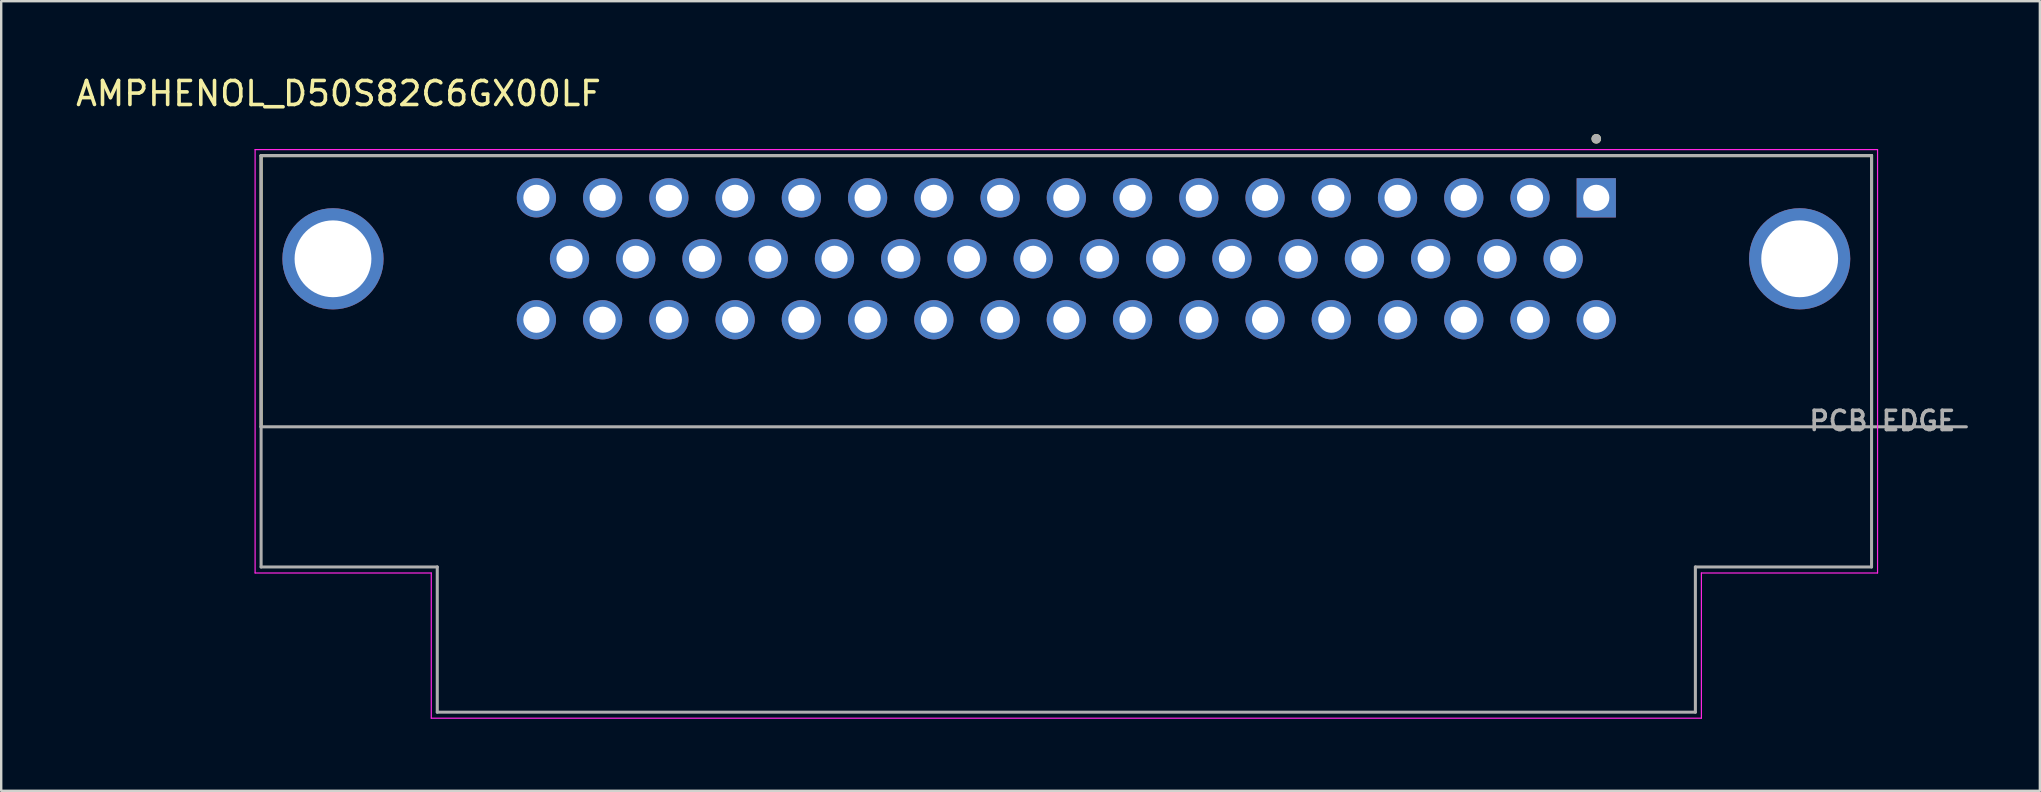
<source format=kicad_pcb>
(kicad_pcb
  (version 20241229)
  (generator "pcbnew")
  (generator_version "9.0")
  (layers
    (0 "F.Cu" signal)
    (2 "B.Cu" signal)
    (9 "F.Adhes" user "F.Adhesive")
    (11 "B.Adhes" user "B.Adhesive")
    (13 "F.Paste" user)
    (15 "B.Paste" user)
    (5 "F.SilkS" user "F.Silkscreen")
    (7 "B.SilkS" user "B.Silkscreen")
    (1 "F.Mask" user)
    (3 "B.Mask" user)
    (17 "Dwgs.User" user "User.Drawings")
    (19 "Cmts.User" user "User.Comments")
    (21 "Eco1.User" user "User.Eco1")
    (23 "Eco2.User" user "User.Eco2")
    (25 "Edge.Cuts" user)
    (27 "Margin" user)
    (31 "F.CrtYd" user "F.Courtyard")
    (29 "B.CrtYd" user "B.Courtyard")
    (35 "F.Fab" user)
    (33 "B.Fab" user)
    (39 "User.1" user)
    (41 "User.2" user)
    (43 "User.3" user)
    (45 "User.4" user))
  (footprint "AMPHENOL_D50S82C6GX00LF"
    (layer "F.Cu")
    (at 41.379 7.733)
    (property "Reference" "AMPHENOL_D50S82C6GX00LF" (at -30.325 -6.885 0) (layer "F.SilkS") (effects (font (size 1 1) (thickness 0.15))))
    (attr through_hole)
    (fp_line (start -33.55 -4.3) (end 33.55 -4.3) (stroke (width 0.127) (type solid)) (layer "F.SilkS"))
    (fp_line (start -33.55 7) (end -33.55 -4.3) (stroke (width 0.127) (type solid)) (layer "F.SilkS"))
    (fp_line (start 33.55 -4.3) (end 33.55 7) (stroke (width 0.127) (type solid)) (layer "F.SilkS"))
    (fp_circle (center 22.08 -5) (end 22.18 -5) (stroke (width 0.2) (type solid)) (fill no) (layer "F.SilkS"))
    (fp_line (start -33.8 -4.55) (end -33.8 13.09) (stroke (width 0.05) (type solid)) (layer "F.CrtYd"))
    (fp_line (start -33.8 13.09) (end -26.46 13.09) (stroke (width 0.05) (type solid)) (layer "F.CrtYd"))
    (fp_line (start -26.46 13.09) (end -26.46 19.14) (stroke (width 0.05) (type solid)) (layer "F.CrtYd"))
    (fp_line (start -26.46 19.14) (end 26.46 19.14) (stroke (width 0.05) (type solid)) (layer "F.CrtYd"))
    (fp_line (start 26.46 13.09) (end 33.8 13.09) (stroke (width 0.05) (type solid)) (layer "F.CrtYd"))
    (fp_line (start 26.46 19.14) (end 26.46 13.09) (stroke (width 0.05) (type solid)) (layer "F.CrtYd"))
    (fp_line (start 33.8 -4.55) (end -33.8 -4.55) (stroke (width 0.05) (type solid)) (layer "F.CrtYd"))
    (fp_line (start 33.8 13.09) (end 33.8 -4.55) (stroke (width 0.05) (type solid)) (layer "F.CrtYd"))
    (fp_line (start -33.55 -4.3) (end 33.55 -4.3) (stroke (width 0.127) (type solid)) (layer "F.Fab"))
    (fp_line (start -33.55 7) (end -33.55 -4.3) (stroke (width 0.127) (type solid)) (layer "F.Fab"))
    (fp_line (start -33.55 7) (end 37.5 7) (stroke (width 0.127) (type solid)) (layer "F.Fab"))
    (fp_line (start -33.55 12.84) (end -33.55 7) (stroke (width 0.127) (type solid)) (layer "F.Fab"))
    (fp_line (start -26.21 12.84) (end -33.55 12.84) (stroke (width 0.127) (type solid)) (layer "F.Fab"))
    (fp_line (start -26.21 18.89) (end -26.21 12.84) (stroke (width 0.127) (type solid)) (layer "F.Fab"))
    (fp_line (start 26.21 12.84) (end 26.21 18.89) (stroke (width 0.127) (type solid)) (layer "F.Fab"))
    (fp_line (start 26.21 18.89) (end -26.21 18.89) (stroke (width 0.127) (type solid)) (layer "F.Fab"))
    (fp_line (start 33.55 -4.3) (end 33.55 12.84) (stroke (width 0.127) (type solid)) (layer "F.Fab"))
    (fp_line (start 33.55 12.84) (end 26.21 12.84) (stroke (width 0.127) (type solid)) (layer "F.Fab"))
    (fp_circle (center 22.08 -5) (end 22.18 -5) (stroke (width 0.2) (type solid)) (fill no) (layer "F.Fab"))
    (fp_text user "PCB EDGE" (at 34 6.75 0) (layer "F.Fab") (effects (font (size 0.8 0.8) (thickness 0.15))))
    (pad "1" thru_hole rect (at 22.08 -2.54) (size 1.635 1.635) (drill 1.09) (layers "*.Cu" "*.Mask"))
    (pad "2" thru_hole circle (at 19.32 -2.54) (size 1.635 1.635) (drill 1.09) (layers "*.Cu" "*.Mask"))
    (pad "3" thru_hole circle (at 16.56 -2.54) (size 1.635 1.635) (drill 1.09) (layers "*.Cu" "*.Mask"))
    (pad "4" thru_hole circle (at 13.8 -2.54) (size 1.635 1.635) (drill 1.09) (layers "*.Cu" "*.Mask"))
    (pad "5" thru_hole circle (at 11.04 -2.54) (size 1.635 1.635) (drill 1.09) (layers "*.Cu" "*.Mask"))
    (pad "6" thru_hole circle (at 8.28 -2.54) (size 1.635 1.635) (drill 1.09) (layers "*.Cu" "*.Mask"))
    (pad "7" thru_hole circle (at 5.52 -2.54) (size 1.635 1.635) (drill 1.09) (layers "*.Cu" "*.Mask"))
    (pad "8" thru_hole circle (at 2.76 -2.54) (size 1.635 1.635) (drill 1.09) (layers "*.Cu" "*.Mask"))
    (pad "9" thru_hole circle (at 0 -2.54) (size 1.635 1.635) (drill 1.09) (layers "*.Cu" "*.Mask"))
    (pad "10" thru_hole circle (at -2.76 -2.54) (size 1.635 1.635) (drill 1.09) (layers "*.Cu" "*.Mask"))
    (pad "11" thru_hole circle (at -5.52 -2.54) (size 1.635 1.635) (drill 1.09) (layers "*.Cu" "*.Mask"))
    (pad "12" thru_hole circle (at -8.28 -2.54) (size 1.635 1.635) (drill 1.09) (layers "*.Cu" "*.Mask"))
    (pad "13" thru_hole circle (at -11.04 -2.54) (size 1.635 1.635) (drill 1.09) (layers "*.Cu" "*.Mask"))
    (pad "14" thru_hole circle (at -13.8 -2.54) (size 1.635 1.635) (drill 1.09) (layers "*.Cu" "*.Mask"))
    (pad "15" thru_hole circle (at -16.56 -2.54) (size 1.635 1.635) (drill 1.09) (layers "*.Cu" "*.Mask"))
    (pad "16" thru_hole circle (at -19.32 -2.54) (size 1.635 1.635) (drill 1.09) (layers "*.Cu" "*.Mask"))
    (pad "17" thru_hole circle (at -22.08 -2.54) (size 1.635 1.635) (drill 1.09) (layers "*.Cu" "*.Mask"))
    (pad "18" thru_hole circle (at 20.7 0) (size 1.635 1.635) (drill 1.09) (layers "*.Cu" "*.Mask"))
    (pad "19" thru_hole circle (at 17.94 0) (size 1.635 1.635) (drill 1.09) (layers "*.Cu" "*.Mask"))
    (pad "20" thru_hole circle (at 15.18 0) (size 1.635 1.635) (drill 1.09) (layers "*.Cu" "*.Mask"))
    (pad "21" thru_hole circle (at 12.42 0) (size 1.635 1.635) (drill 1.09) (layers "*.Cu" "*.Mask"))
    (pad "22" thru_hole circle (at 9.66 0) (size 1.635 1.635) (drill 1.09) (layers "*.Cu" "*.Mask"))
    (pad "23" thru_hole circle (at 6.9 0) (size 1.635 1.635) (drill 1.09) (layers "*.Cu" "*.Mask"))
    (pad "24" thru_hole circle (at 4.14 0) (size 1.635 1.635) (drill 1.09) (layers "*.Cu" "*.Mask"))
    (pad "25" thru_hole circle (at 1.38 0) (size 1.635 1.635) (drill 1.09) (layers "*.Cu" "*.Mask"))
    (pad "26" thru_hole circle (at -1.38 0) (size 1.635 1.635) (drill 1.09) (layers "*.Cu" "*.Mask"))
    (pad "27" thru_hole circle (at -4.14 0) (size 1.635 1.635) (drill 1.09) (layers "*.Cu" "*.Mask"))
    (pad "28" thru_hole circle (at -6.9 0) (size 1.635 1.635) (drill 1.09) (layers "*.Cu" "*.Mask"))
    (pad "29" thru_hole circle (at -9.66 0) (size 1.635 1.635) (drill 1.09) (layers "*.Cu" "*.Mask"))
    (pad "30" thru_hole circle (at -12.42 0) (size 1.635 1.635) (drill 1.09) (layers "*.Cu" "*.Mask"))
    (pad "31" thru_hole circle (at -15.18 0) (size 1.635 1.635) (drill 1.09) (layers "*.Cu" "*.Mask"))
    (pad "32" thru_hole circle (at -17.94 0) (size 1.635 1.635) (drill 1.09) (layers "*.Cu" "*.Mask"))
    (pad "33" thru_hole circle (at -20.7 0) (size 1.635 1.635) (drill 1.09) (layers "*.Cu" "*.Mask"))
    (pad "34" thru_hole circle (at 22.08 2.54) (size 1.635 1.635) (drill 1.09) (layers "*.Cu" "*.Mask"))
    (pad "35" thru_hole circle (at 19.32 2.54) (size 1.635 1.635) (drill 1.09) (layers "*.Cu" "*.Mask"))
    (pad "36" thru_hole circle (at 16.56 2.54) (size 1.635 1.635) (drill 1.09) (layers "*.Cu" "*.Mask"))
    (pad "37" thru_hole circle (at 13.8 2.54) (size 1.635 1.635) (drill 1.09) (layers "*.Cu" "*.Mask"))
    (pad "38" thru_hole circle (at 11.04 2.54) (size 1.635 1.635) (drill 1.09) (layers "*.Cu" "*.Mask"))
    (pad "39" thru_hole circle (at 8.28 2.54) (size 1.635 1.635) (drill 1.09) (layers "*.Cu" "*.Mask"))
    (pad "40" thru_hole circle (at 5.52 2.54) (size 1.635 1.635) (drill 1.09) (layers "*.Cu" "*.Mask"))
    (pad "41" thru_hole circle (at 2.76 2.54) (size 1.635 1.635) (drill 1.09) (layers "*.Cu" "*.Mask"))
    (pad "42" thru_hole circle (at 0 2.54) (size 1.635 1.635) (drill 1.09) (layers "*.Cu" "*.Mask"))
    (pad "43" thru_hole circle (at -2.76 2.54) (size 1.635 1.635) (drill 1.09) (layers "*.Cu" "*.Mask"))
    (pad "44" thru_hole circle (at -5.52 2.54) (size 1.635 1.635) (drill 1.09) (layers "*.Cu" "*.Mask"))
    (pad "45" thru_hole circle (at -8.28 2.54) (size 1.635 1.635) (drill 1.09) (layers "*.Cu" "*.Mask"))
    (pad "46" thru_hole circle (at -11.04 2.54) (size 1.635 1.635) (drill 1.09) (layers "*.Cu" "*.Mask"))
    (pad "47" thru_hole circle (at -13.8 2.54) (size 1.635 1.635) (drill 1.09) (layers "*.Cu" "*.Mask"))
    (pad "48" thru_hole circle (at -16.56 2.54) (size 1.635 1.635) (drill 1.09) (layers "*.Cu" "*.Mask"))
    (pad "49" thru_hole circle (at -19.32 2.54) (size 1.635 1.635) (drill 1.09) (layers "*.Cu" "*.Mask"))
    (pad "50" thru_hole circle (at -22.08 2.54) (size 1.635 1.635) (drill 1.09) (layers "*.Cu" "*.Mask"))
    (pad "SH1" thru_hole circle (at -30.555 0) (size 4.216 4.216) (drill 3.2) (layers "*.Cu" "*.Mask"))
    (pad "SH2" thru_hole circle (at 30.555 0) (size 4.216 4.216) (drill 3.2) (layers "*.Cu" "*.Mask")))
  (gr_rect
    (start -3 -3)
    (end 81.942 29.898)
    (stroke (width 0.1) (type default))
    (fill no)
    (layer "Edge.Cuts")))
</source>
